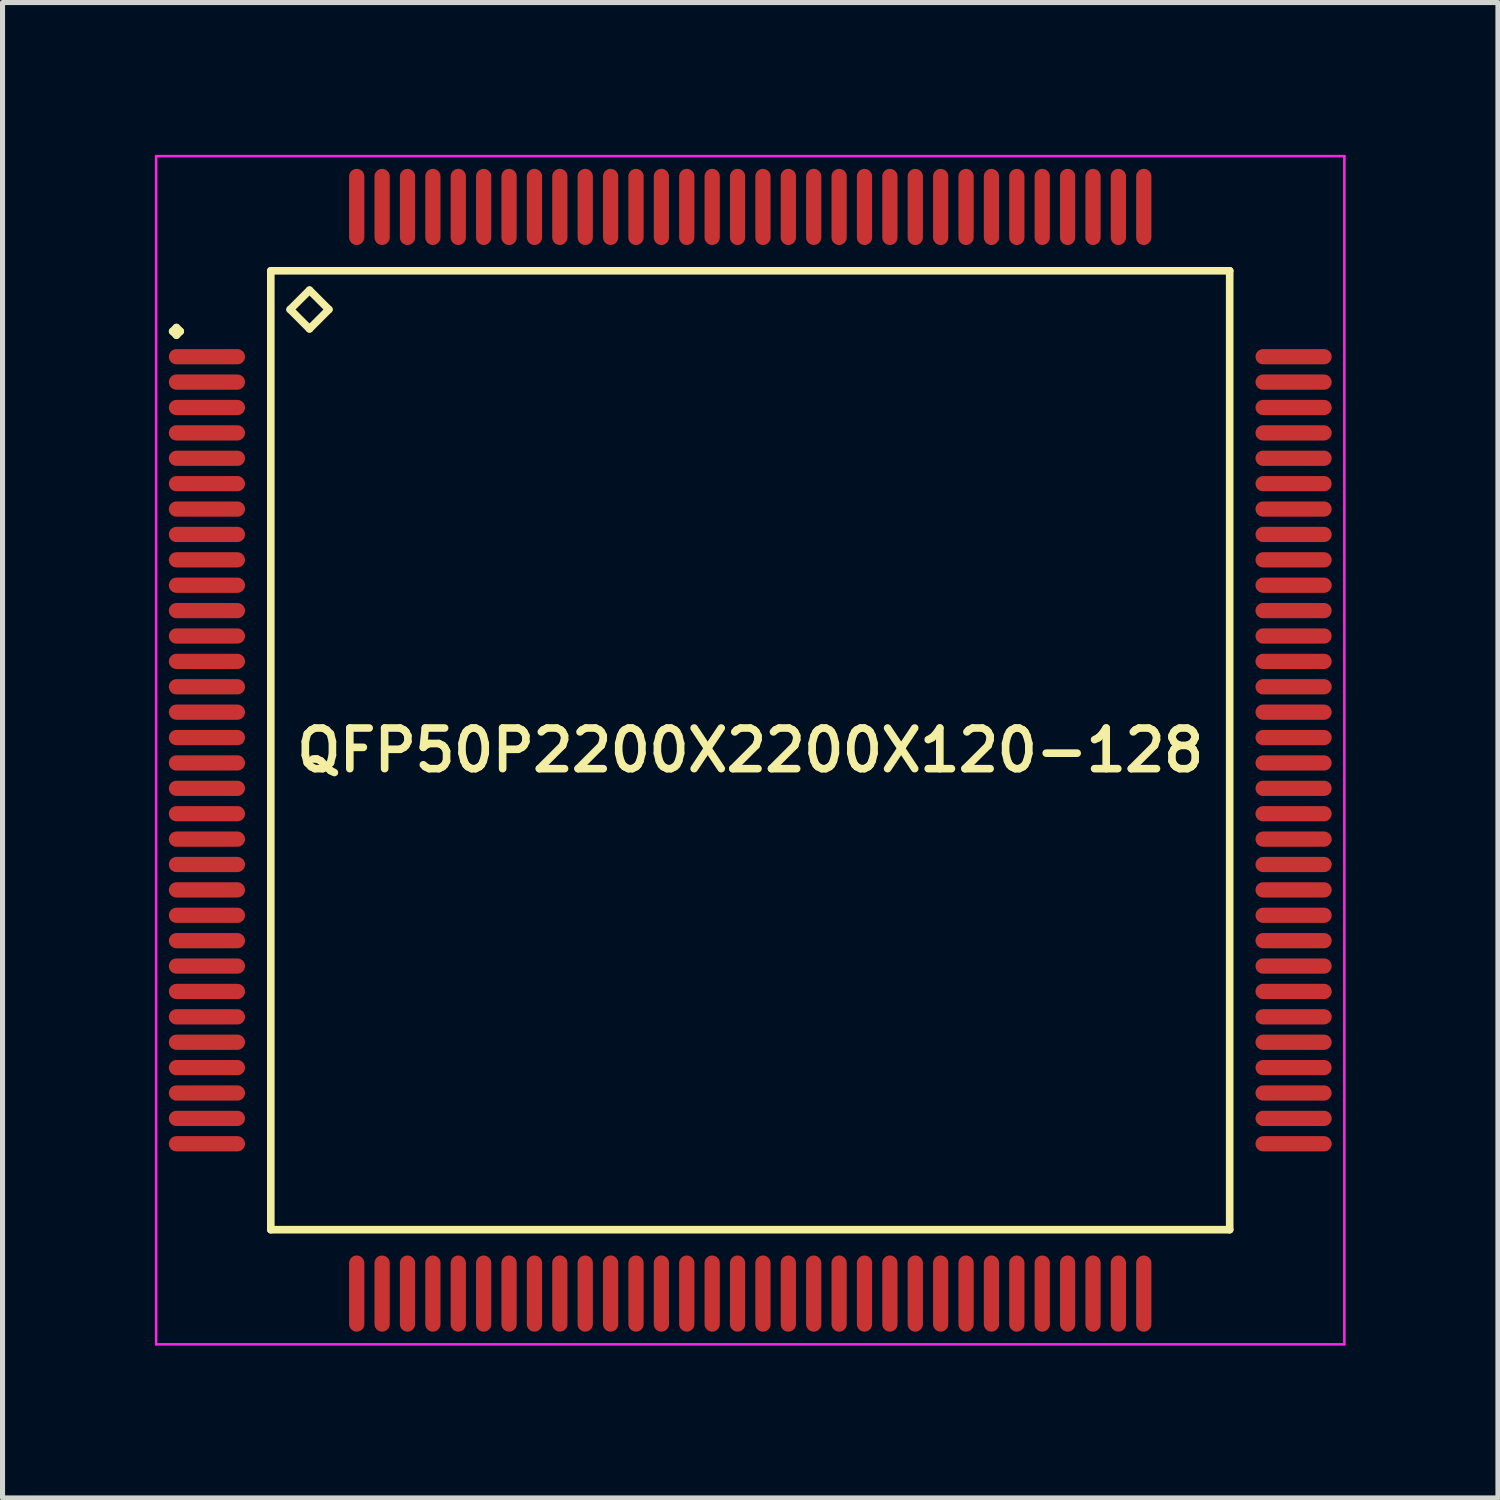
<source format=kicad_pcb>
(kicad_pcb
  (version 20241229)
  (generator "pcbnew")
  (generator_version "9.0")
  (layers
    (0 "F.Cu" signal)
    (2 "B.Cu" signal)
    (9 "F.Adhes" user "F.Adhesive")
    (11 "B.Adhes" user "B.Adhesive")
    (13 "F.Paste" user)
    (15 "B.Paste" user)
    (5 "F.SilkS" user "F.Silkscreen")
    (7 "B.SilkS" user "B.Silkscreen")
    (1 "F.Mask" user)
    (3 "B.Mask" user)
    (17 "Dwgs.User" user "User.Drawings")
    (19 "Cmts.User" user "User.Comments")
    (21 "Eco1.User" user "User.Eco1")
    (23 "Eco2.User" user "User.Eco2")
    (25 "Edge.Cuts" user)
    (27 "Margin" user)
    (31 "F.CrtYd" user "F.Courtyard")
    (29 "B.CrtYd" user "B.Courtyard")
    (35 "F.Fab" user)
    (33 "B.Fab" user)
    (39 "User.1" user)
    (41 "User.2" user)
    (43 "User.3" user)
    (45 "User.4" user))
  (footprint "QFP50P2200X2200X120-128"
    (layer "F.Cu")
    (at 11.725 11.725)
    (property "Reference" "QFP50P2200X2200X120-128" (at 0 0 0) (layer "F.SilkS") (effects (font (size 0.8 0.8) (thickness 0.15))))
    (attr smd)
    (fp_line (start -11.375 -8.25) (end -11.3 -8.325) (stroke (width 0.15) (type solid)) (layer "F.SilkS"))
    (fp_line (start -11.3 -8.325) (end -11.225 -8.25) (stroke (width 0.15) (type solid)) (layer "F.SilkS"))
    (fp_line (start -11.3 -8.175) (end -11.375 -8.25) (stroke (width 0.15) (type solid)) (layer "F.SilkS"))
    (fp_line (start -11.225 -8.25) (end -11.3 -8.175) (stroke (width 0.15) (type solid)) (layer "F.SilkS"))
    (fp_line (start -9.442 -9.442) (end -9.442 9.442) (stroke (width 0.15) (type solid)) (layer "F.SilkS"))
    (fp_line (start -9.442 9.442) (end 9.442 9.442) (stroke (width 0.15) (type solid)) (layer "F.SilkS"))
    (fp_line (start -9.061 -8.68) (end -8.68 -9.061) (stroke (width 0.15) (type solid)) (layer "F.SilkS"))
    (fp_line (start -8.68 -9.061) (end -8.299 -8.68) (stroke (width 0.15) (type solid)) (layer "F.SilkS"))
    (fp_line (start -8.68 -8.299) (end -9.061 -8.68) (stroke (width 0.15) (type solid)) (layer "F.SilkS"))
    (fp_line (start -8.299 -8.68) (end -8.68 -8.299) (stroke (width 0.15) (type solid)) (layer "F.SilkS"))
    (fp_line (start 9.442 -9.442) (end -9.442 -9.442) (stroke (width 0.15) (type solid)) (layer "F.SilkS"))
    (fp_line (start 9.442 9.442) (end 9.442 -9.442) (stroke (width 0.15) (type solid)) (layer "F.SilkS"))
    (fp_line (start -11.7 -11.7) (end 11.7 -11.7) (stroke (width 0.05) (type solid)) (layer "F.CrtYd"))
    (fp_line (start -11.7 11.7) (end -11.7 -11.7) (stroke (width 0.05) (type solid)) (layer "F.CrtYd"))
    (fp_line (start 11.7 -11.7) (end 11.7 11.7) (stroke (width 0.05) (type solid)) (layer "F.CrtYd"))
    (fp_line (start 11.7 11.7) (end -11.7 11.7) (stroke (width 0.05) (type solid)) (layer "F.CrtYd"))
    (pad "1" smd oval (at -10.7 -7.75) (size 1.5 0.3) (layers "F.Cu" "F.Mask" "F.Paste"))
    (pad "2" smd oval (at -10.7 -7.25) (size 1.5 0.3) (layers "F.Cu" "F.Mask" "F.Paste"))
    (pad "3" smd oval (at -10.7 -6.75) (size 1.5 0.3) (layers "F.Cu" "F.Mask" "F.Paste"))
    (pad "4" smd oval (at -10.7 -6.25) (size 1.5 0.3) (layers "F.Cu" "F.Mask" "F.Paste"))
    (pad "5" smd oval (at -10.7 -5.75) (size 1.5 0.3) (layers "F.Cu" "F.Mask" "F.Paste"))
    (pad "6" smd oval (at -10.7 -5.25) (size 1.5 0.3) (layers "F.Cu" "F.Mask" "F.Paste"))
    (pad "7" smd oval (at -10.7 -4.75) (size 1.5 0.3) (layers "F.Cu" "F.Mask" "F.Paste"))
    (pad "8" smd oval (at -10.7 -4.25) (size 1.5 0.3) (layers "F.Cu" "F.Mask" "F.Paste"))
    (pad "9" smd oval (at -10.7 -3.75) (size 1.5 0.3) (layers "F.Cu" "F.Mask" "F.Paste"))
    (pad "10" smd oval (at -10.7 -3.25) (size 1.5 0.3) (layers "F.Cu" "F.Mask" "F.Paste"))
    (pad "11" smd oval (at -10.7 -2.75) (size 1.5 0.3) (layers "F.Cu" "F.Mask" "F.Paste"))
    (pad "12" smd oval (at -10.7 -2.25) (size 1.5 0.3) (layers "F.Cu" "F.Mask" "F.Paste"))
    (pad "13" smd oval (at -10.7 -1.75) (size 1.5 0.3) (layers "F.Cu" "F.Mask" "F.Paste"))
    (pad "14" smd oval (at -10.7 -1.25) (size 1.5 0.3) (layers "F.Cu" "F.Mask" "F.Paste"))
    (pad "15" smd oval (at -10.7 -0.75) (size 1.5 0.3) (layers "F.Cu" "F.Mask" "F.Paste"))
    (pad "16" smd oval (at -10.7 -0.25) (size 1.5 0.3) (layers "F.Cu" "F.Mask" "F.Paste"))
    (pad "17" smd oval (at -10.7 0.25) (size 1.5 0.3) (layers "F.Cu" "F.Mask" "F.Paste"))
    (pad "18" smd oval (at -10.7 0.75) (size 1.5 0.3) (layers "F.Cu" "F.Mask" "F.Paste"))
    (pad "19" smd oval (at -10.7 1.25) (size 1.5 0.3) (layers "F.Cu" "F.Mask" "F.Paste"))
    (pad "20" smd oval (at -10.7 1.75) (size 1.5 0.3) (layers "F.Cu" "F.Mask" "F.Paste"))
    (pad "21" smd oval (at -10.7 2.25) (size 1.5 0.3) (layers "F.Cu" "F.Mask" "F.Paste"))
    (pad "22" smd oval (at -10.7 2.75) (size 1.5 0.3) (layers "F.Cu" "F.Mask" "F.Paste"))
    (pad "23" smd oval (at -10.7 3.25) (size 1.5 0.3) (layers "F.Cu" "F.Mask" "F.Paste"))
    (pad "24" smd oval (at -10.7 3.75) (size 1.5 0.3) (layers "F.Cu" "F.Mask" "F.Paste"))
    (pad "25" smd oval (at -10.7 4.25) (size 1.5 0.3) (layers "F.Cu" "F.Mask" "F.Paste"))
    (pad "26" smd oval (at -10.7 4.75) (size 1.5 0.3) (layers "F.Cu" "F.Mask" "F.Paste"))
    (pad "27" smd oval (at -10.7 5.25) (size 1.5 0.3) (layers "F.Cu" "F.Mask" "F.Paste"))
    (pad "28" smd oval (at -10.7 5.75) (size 1.5 0.3) (layers "F.Cu" "F.Mask" "F.Paste"))
    (pad "29" smd oval (at -10.7 6.25) (size 1.5 0.3) (layers "F.Cu" "F.Mask" "F.Paste"))
    (pad "30" smd oval (at -10.7 6.75) (size 1.5 0.3) (layers "F.Cu" "F.Mask" "F.Paste"))
    (pad "31" smd oval (at -10.7 7.25) (size 1.5 0.3) (layers "F.Cu" "F.Mask" "F.Paste"))
    (pad "32" smd oval (at -10.7 7.75) (size 1.5 0.3) (layers "F.Cu" "F.Mask" "F.Paste"))
    (pad "33" smd oval (at -7.75 10.7) (size 0.3 1.5) (layers "F.Cu" "F.Mask" "F.Paste"))
    (pad "34" smd oval (at -7.25 10.7) (size 0.3 1.5) (layers "F.Cu" "F.Mask" "F.Paste"))
    (pad "35" smd oval (at -6.75 10.7) (size 0.3 1.5) (layers "F.Cu" "F.Mask" "F.Paste"))
    (pad "36" smd oval (at -6.25 10.7) (size 0.3 1.5) (layers "F.Cu" "F.Mask" "F.Paste"))
    (pad "37" smd oval (at -5.75 10.7) (size 0.3 1.5) (layers "F.Cu" "F.Mask" "F.Paste"))
    (pad "38" smd oval (at -5.25 10.7) (size 0.3 1.5) (layers "F.Cu" "F.Mask" "F.Paste"))
    (pad "39" smd oval (at -4.75 10.7) (size 0.3 1.5) (layers "F.Cu" "F.Mask" "F.Paste"))
    (pad "40" smd oval (at -4.25 10.7) (size 0.3 1.5) (layers "F.Cu" "F.Mask" "F.Paste"))
    (pad "41" smd oval (at -3.75 10.7) (size 0.3 1.5) (layers "F.Cu" "F.Mask" "F.Paste"))
    (pad "42" smd oval (at -3.25 10.7) (size 0.3 1.5) (layers "F.Cu" "F.Mask" "F.Paste"))
    (pad "43" smd oval (at -2.75 10.7) (size 0.3 1.5) (layers "F.Cu" "F.Mask" "F.Paste"))
    (pad "44" smd oval (at -2.25 10.7) (size 0.3 1.5) (layers "F.Cu" "F.Mask" "F.Paste"))
    (pad "45" smd oval (at -1.75 10.7) (size 0.3 1.5) (layers "F.Cu" "F.Mask" "F.Paste"))
    (pad "46" smd oval (at -1.25 10.7) (size 0.3 1.5) (layers "F.Cu" "F.Mask" "F.Paste"))
    (pad "47" smd oval (at -0.75 10.7) (size 0.3 1.5) (layers "F.Cu" "F.Mask" "F.Paste"))
    (pad "48" smd oval (at -0.25 10.7) (size 0.3 1.5) (layers "F.Cu" "F.Mask" "F.Paste"))
    (pad "49" smd oval (at 0.25 10.7) (size 0.3 1.5) (layers "F.Cu" "F.Mask" "F.Paste"))
    (pad "50" smd oval (at 0.75 10.7) (size 0.3 1.5) (layers "F.Cu" "F.Mask" "F.Paste"))
    (pad "51" smd oval (at 1.25 10.7) (size 0.3 1.5) (layers "F.Cu" "F.Mask" "F.Paste"))
    (pad "52" smd oval (at 1.75 10.7) (size 0.3 1.5) (layers "F.Cu" "F.Mask" "F.Paste"))
    (pad "53" smd oval (at 2.25 10.7) (size 0.3 1.5) (layers "F.Cu" "F.Mask" "F.Paste"))
    (pad "54" smd oval (at 2.75 10.7) (size 0.3 1.5) (layers "F.Cu" "F.Mask" "F.Paste"))
    (pad "55" smd oval (at 3.25 10.7) (size 0.3 1.5) (layers "F.Cu" "F.Mask" "F.Paste"))
    (pad "56" smd oval (at 3.75 10.7) (size 0.3 1.5) (layers "F.Cu" "F.Mask" "F.Paste"))
    (pad "57" smd oval (at 4.25 10.7) (size 0.3 1.5) (layers "F.Cu" "F.Mask" "F.Paste"))
    (pad "58" smd oval (at 4.75 10.7) (size 0.3 1.5) (layers "F.Cu" "F.Mask" "F.Paste"))
    (pad "59" smd oval (at 5.25 10.7) (size 0.3 1.5) (layers "F.Cu" "F.Mask" "F.Paste"))
    (pad "60" smd oval (at 5.75 10.7) (size 0.3 1.5) (layers "F.Cu" "F.Mask" "F.Paste"))
    (pad "61" smd oval (at 6.25 10.7) (size 0.3 1.5) (layers "F.Cu" "F.Mask" "F.Paste"))
    (pad "62" smd oval (at 6.75 10.7) (size 0.3 1.5) (layers "F.Cu" "F.Mask" "F.Paste"))
    (pad "63" smd oval (at 7.25 10.7) (size 0.3 1.5) (layers "F.Cu" "F.Mask" "F.Paste"))
    (pad "64" smd oval (at 7.75 10.7) (size 0.3 1.5) (layers "F.Cu" "F.Mask" "F.Paste"))
    (pad "65" smd oval (at 10.7 7.75) (size 1.5 0.3) (layers "F.Cu" "F.Mask" "F.Paste"))
    (pad "66" smd oval (at 10.7 7.25) (size 1.5 0.3) (layers "F.Cu" "F.Mask" "F.Paste"))
    (pad "67" smd oval (at 10.7 6.75) (size 1.5 0.3) (layers "F.Cu" "F.Mask" "F.Paste"))
    (pad "68" smd oval (at 10.7 6.25) (size 1.5 0.3) (layers "F.Cu" "F.Mask" "F.Paste"))
    (pad "69" smd oval (at 10.7 5.75) (size 1.5 0.3) (layers "F.Cu" "F.Mask" "F.Paste"))
    (pad "70" smd oval (at 10.7 5.25) (size 1.5 0.3) (layers "F.Cu" "F.Mask" "F.Paste"))
    (pad "71" smd oval (at 10.7 4.75) (size 1.5 0.3) (layers "F.Cu" "F.Mask" "F.Paste"))
    (pad "72" smd oval (at 10.7 4.25) (size 1.5 0.3) (layers "F.Cu" "F.Mask" "F.Paste"))
    (pad "73" smd oval (at 10.7 3.75) (size 1.5 0.3) (layers "F.Cu" "F.Mask" "F.Paste"))
    (pad "74" smd oval (at 10.7 3.25) (size 1.5 0.3) (layers "F.Cu" "F.Mask" "F.Paste"))
    (pad "75" smd oval (at 10.7 2.75) (size 1.5 0.3) (layers "F.Cu" "F.Mask" "F.Paste"))
    (pad "76" smd oval (at 10.7 2.25) (size 1.5 0.3) (layers "F.Cu" "F.Mask" "F.Paste"))
    (pad "77" smd oval (at 10.7 1.75) (size 1.5 0.3) (layers "F.Cu" "F.Mask" "F.Paste"))
    (pad "78" smd oval (at 10.7 1.25) (size 1.5 0.3) (layers "F.Cu" "F.Mask" "F.Paste"))
    (pad "79" smd oval (at 10.7 0.75) (size 1.5 0.3) (layers "F.Cu" "F.Mask" "F.Paste"))
    (pad "80" smd oval (at 10.7 0.25) (size 1.5 0.3) (layers "F.Cu" "F.Mask" "F.Paste"))
    (pad "81" smd oval (at 10.7 -0.25) (size 1.5 0.3) (layers "F.Cu" "F.Mask" "F.Paste"))
    (pad "82" smd oval (at 10.7 -0.75) (size 1.5 0.3) (layers "F.Cu" "F.Mask" "F.Paste"))
    (pad "83" smd oval (at 10.7 -1.25) (size 1.5 0.3) (layers "F.Cu" "F.Mask" "F.Paste"))
    (pad "84" smd oval (at 10.7 -1.75) (size 1.5 0.3) (layers "F.Cu" "F.Mask" "F.Paste"))
    (pad "85" smd oval (at 10.7 -2.25) (size 1.5 0.3) (layers "F.Cu" "F.Mask" "F.Paste"))
    (pad "86" smd oval (at 10.7 -2.75) (size 1.5 0.3) (layers "F.Cu" "F.Mask" "F.Paste"))
    (pad "87" smd oval (at 10.7 -3.25) (size 1.5 0.3) (layers "F.Cu" "F.Mask" "F.Paste"))
    (pad "88" smd oval (at 10.7 -3.75) (size 1.5 0.3) (layers "F.Cu" "F.Mask" "F.Paste"))
    (pad "89" smd oval (at 10.7 -4.25) (size 1.5 0.3) (layers "F.Cu" "F.Mask" "F.Paste"))
    (pad "90" smd oval (at 10.7 -4.75) (size 1.5 0.3) (layers "F.Cu" "F.Mask" "F.Paste"))
    (pad "91" smd oval (at 10.7 -5.25) (size 1.5 0.3) (layers "F.Cu" "F.Mask" "F.Paste"))
    (pad "92" smd oval (at 10.7 -5.75) (size 1.5 0.3) (layers "F.Cu" "F.Mask" "F.Paste"))
    (pad "93" smd oval (at 10.7 -6.25) (size 1.5 0.3) (layers "F.Cu" "F.Mask" "F.Paste"))
    (pad "94" smd oval (at 10.7 -6.75) (size 1.5 0.3) (layers "F.Cu" "F.Mask" "F.Paste"))
    (pad "95" smd oval (at 10.7 -7.25) (size 1.5 0.3) (layers "F.Cu" "F.Mask" "F.Paste"))
    (pad "96" smd oval (at 10.7 -7.75) (size 1.5 0.3) (layers "F.Cu" "F.Mask" "F.Paste"))
    (pad "97" smd oval (at 7.75 -10.7) (size 0.3 1.5) (layers "F.Cu" "F.Mask" "F.Paste"))
    (pad "98" smd oval (at 7.25 -10.7) (size 0.3 1.5) (layers "F.Cu" "F.Mask" "F.Paste"))
    (pad "99" smd oval (at 6.75 -10.7) (size 0.3 1.5) (layers "F.Cu" "F.Mask" "F.Paste"))
    (pad "100" smd oval (at 6.25 -10.7) (size 0.3 1.5) (layers "F.Cu" "F.Mask" "F.Paste"))
    (pad "101" smd oval (at 5.75 -10.7) (size 0.3 1.5) (layers "F.Cu" "F.Mask" "F.Paste"))
    (pad "102" smd oval (at 5.25 -10.7) (size 0.3 1.5) (layers "F.Cu" "F.Mask" "F.Paste"))
    (pad "103" smd oval (at 4.75 -10.7) (size 0.3 1.5) (layers "F.Cu" "F.Mask" "F.Paste"))
    (pad "104" smd oval (at 4.25 -10.7) (size 0.3 1.5) (layers "F.Cu" "F.Mask" "F.Paste"))
    (pad "105" smd oval (at 3.75 -10.7) (size 0.3 1.5) (layers "F.Cu" "F.Mask" "F.Paste"))
    (pad "106" smd oval (at 3.25 -10.7) (size 0.3 1.5) (layers "F.Cu" "F.Mask" "F.Paste"))
    (pad "107" smd oval (at 2.75 -10.7) (size 0.3 1.5) (layers "F.Cu" "F.Mask" "F.Paste"))
    (pad "108" smd oval (at 2.25 -10.7) (size 0.3 1.5) (layers "F.Cu" "F.Mask" "F.Paste"))
    (pad "109" smd oval (at 1.75 -10.7) (size 0.3 1.5) (layers "F.Cu" "F.Mask" "F.Paste"))
    (pad "110" smd oval (at 1.25 -10.7) (size 0.3 1.5) (layers "F.Cu" "F.Mask" "F.Paste"))
    (pad "111" smd oval (at 0.75 -10.7) (size 0.3 1.5) (layers "F.Cu" "F.Mask" "F.Paste"))
    (pad "112" smd oval (at 0.25 -10.7) (size 0.3 1.5) (layers "F.Cu" "F.Mask" "F.Paste"))
    (pad "113" smd oval (at -0.25 -10.7) (size 0.3 1.5) (layers "F.Cu" "F.Mask" "F.Paste"))
    (pad "114" smd oval (at -0.75 -10.7) (size 0.3 1.5) (layers "F.Cu" "F.Mask" "F.Paste"))
    (pad "115" smd oval (at -1.25 -10.7) (size 0.3 1.5) (layers "F.Cu" "F.Mask" "F.Paste"))
    (pad "116" smd oval (at -1.75 -10.7) (size 0.3 1.5) (layers "F.Cu" "F.Mask" "F.Paste"))
    (pad "117" smd oval (at -2.25 -10.7) (size 0.3 1.5) (layers "F.Cu" "F.Mask" "F.Paste"))
    (pad "118" smd oval (at -2.75 -10.7) (size 0.3 1.5) (layers "F.Cu" "F.Mask" "F.Paste"))
    (pad "119" smd oval (at -3.25 -10.7) (size 0.3 1.5) (layers "F.Cu" "F.Mask" "F.Paste"))
    (pad "120" smd oval (at -3.75 -10.7) (size 0.3 1.5) (layers "F.Cu" "F.Mask" "F.Paste"))
    (pad "121" smd oval (at -4.25 -10.7) (size 0.3 1.5) (layers "F.Cu" "F.Mask" "F.Paste"))
    (pad "122" smd oval (at -4.75 -10.7) (size 0.3 1.5) (layers "F.Cu" "F.Mask" "F.Paste"))
    (pad "123" smd oval (at -5.25 -10.7) (size 0.3 1.5) (layers "F.Cu" "F.Mask" "F.Paste"))
    (pad "124" smd oval (at -5.75 -10.7) (size 0.3 1.5) (layers "F.Cu" "F.Mask" "F.Paste"))
    (pad "125" smd oval (at -6.25 -10.7) (size 0.3 1.5) (layers "F.Cu" "F.Mask" "F.Paste"))
    (pad "126" smd oval (at -6.75 -10.7) (size 0.3 1.5) (layers "F.Cu" "F.Mask" "F.Paste"))
    (pad "127" smd oval (at -7.25 -10.7) (size 0.3 1.5) (layers "F.Cu" "F.Mask" "F.Paste"))
    (pad "128" smd oval (at -7.75 -10.7) (size 0.3 1.5) (layers "F.Cu" "F.Mask" "F.Paste")))
  (gr_rect
    (start -3 -3)
    (end 26.45 26.45)
    (stroke (width 0.1) (type default))
    (fill no)
    (layer "Edge.Cuts")))
</source>
